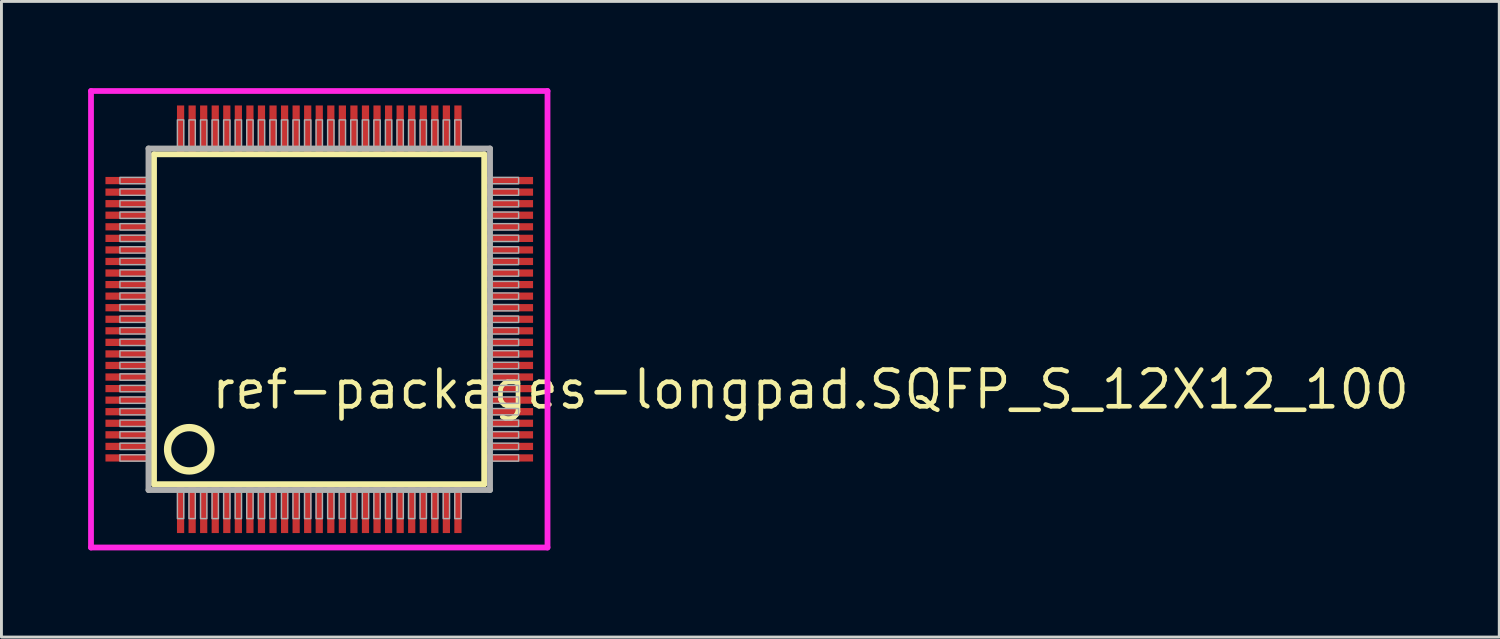
<source format=kicad_pcb>
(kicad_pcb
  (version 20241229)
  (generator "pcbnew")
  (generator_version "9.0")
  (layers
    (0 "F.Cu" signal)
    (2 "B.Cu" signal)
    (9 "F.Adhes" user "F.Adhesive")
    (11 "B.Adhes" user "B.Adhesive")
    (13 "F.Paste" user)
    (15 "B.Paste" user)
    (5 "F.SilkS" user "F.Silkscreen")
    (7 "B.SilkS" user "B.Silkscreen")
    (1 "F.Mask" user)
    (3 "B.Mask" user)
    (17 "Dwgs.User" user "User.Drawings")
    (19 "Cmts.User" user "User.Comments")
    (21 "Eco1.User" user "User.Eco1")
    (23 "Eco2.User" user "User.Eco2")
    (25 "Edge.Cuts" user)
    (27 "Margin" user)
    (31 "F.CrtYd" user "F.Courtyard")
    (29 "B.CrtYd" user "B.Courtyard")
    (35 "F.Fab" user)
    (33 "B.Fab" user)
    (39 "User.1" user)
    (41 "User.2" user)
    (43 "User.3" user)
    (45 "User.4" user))
  (footprint "ref-packages-longpad.SQFP_S_12X12_100"
    (layer "F.Cu")
    (at 8 8)
    (property "Reference" "ref-packages-longpad.SQFP_S_12X12_100" (at -3.81 3.175 0) (layer "F.SilkS") (effects (font (size 1.27 1.27) (thickness 0.16)) (justify left bottom)))
    (attr smd)
    (fp_line (start -5.72 -5.71) (end 5.71 -5.71) (stroke (width 0.203) (type default)) (layer "F.SilkS"))
    (fp_line (start -5.72 5.71) (end -5.72 -5.71) (stroke (width 0.203) (type default)) (layer "F.SilkS"))
    (fp_line (start 5.71 -5.71) (end 5.71 5.71) (stroke (width 0.203) (type default)) (layer "F.SilkS"))
    (fp_line (start 5.71 5.71) (end -5.72 5.71) (stroke (width 0.203) (type default)) (layer "F.SilkS"))
    (fp_circle (center -4.5 4.5) (end -3.75 4.5) (stroke (width 0.254) (type default)) (fill no) (layer "F.SilkS"))
    (fp_line (start -7.9 -7.9) (end 7.9 -7.9) (stroke (width 0.2) (type default)) (layer "F.CrtYd"))
    (fp_line (start -7.9 7.9) (end -7.9 -7.9) (stroke (width 0.2) (type default)) (layer "F.CrtYd"))
    (fp_line (start 7.9 -7.9) (end 7.9 7.9) (stroke (width 0.2) (type default)) (layer "F.CrtYd"))
    (fp_line (start 7.9 7.9) (end -7.9 7.9) (stroke (width 0.2) (type default)) (layer "F.CrtYd"))
    (fp_line (start -5.91 -5.91) (end -5.91 5.91) (stroke (width 0.203) (type default)) (layer "F.Fab"))
    (fp_line (start -5.91 5.91) (end 5.91 5.91) (stroke (width 0.203) (type default)) (layer "F.Fab"))
    (fp_line (start 5.91 -5.91) (end -5.91 -5.91) (stroke (width 0.203) (type default)) (layer "F.Fab"))
    (fp_line (start 5.91 5.91) (end 5.91 -5.91) (stroke (width 0.203) (type default)) (layer "F.Fab"))
    (fp_rect (start -6.9 -4.69) (end -5.95 -4.91) (stroke (width 0.05) (type default)) (fill no) (layer "F.Fab"))
    (fp_rect (start -6.9 -4.29) (end -5.95 -4.51) (stroke (width 0.05) (type default)) (fill no) (layer "F.Fab"))
    (fp_rect (start -6.9 -3.89) (end -5.95 -4.11) (stroke (width 0.05) (type default)) (fill no) (layer "F.Fab"))
    (fp_rect (start -6.9 -3.49) (end -5.95 -3.71) (stroke (width 0.05) (type default)) (fill no) (layer "F.Fab"))
    (fp_rect (start -6.9 -3.09) (end -5.95 -3.31) (stroke (width 0.05) (type default)) (fill no) (layer "F.Fab"))
    (fp_rect (start -6.9 -2.69) (end -5.95 -2.91) (stroke (width 0.05) (type default)) (fill no) (layer "F.Fab"))
    (fp_rect (start -6.9 -2.29) (end -5.95 -2.51) (stroke (width 0.05) (type default)) (fill no) (layer "F.Fab"))
    (fp_rect (start -6.9 -1.89) (end -5.95 -2.11) (stroke (width 0.05) (type default)) (fill no) (layer "F.Fab"))
    (fp_rect (start -6.9 -1.49) (end -5.95 -1.71) (stroke (width 0.05) (type default)) (fill no) (layer "F.Fab"))
    (fp_rect (start -6.9 -1.09) (end -5.95 -1.31) (stroke (width 0.05) (type default)) (fill no) (layer "F.Fab"))
    (fp_rect (start -6.9 -0.69) (end -5.95 -0.91) (stroke (width 0.05) (type default)) (fill no) (layer "F.Fab"))
    (fp_rect (start -6.9 -0.29) (end -5.95 -0.51) (stroke (width 0.05) (type default)) (fill no) (layer "F.Fab"))
    (fp_rect (start -6.9 0.11) (end -5.95 -0.11) (stroke (width 0.05) (type default)) (fill no) (layer "F.Fab"))
    (fp_rect (start -6.9 0.51) (end -5.95 0.29) (stroke (width 0.05) (type default)) (fill no) (layer "F.Fab"))
    (fp_rect (start -6.9 0.91) (end -5.95 0.69) (stroke (width 0.05) (type default)) (fill no) (layer "F.Fab"))
    (fp_rect (start -6.9 1.31) (end -5.95 1.09) (stroke (width 0.05) (type default)) (fill no) (layer "F.Fab"))
    (fp_rect (start -6.9 1.71) (end -5.95 1.49) (stroke (width 0.05) (type default)) (fill no) (layer "F.Fab"))
    (fp_rect (start -6.9 2.11) (end -5.95 1.89) (stroke (width 0.05) (type default)) (fill no) (layer "F.Fab"))
    (fp_rect (start -6.9 2.51) (end -5.95 2.29) (stroke (width 0.05) (type default)) (fill no) (layer "F.Fab"))
    (fp_rect (start -6.9 2.91) (end -5.95 2.69) (stroke (width 0.05) (type default)) (fill no) (layer "F.Fab"))
    (fp_rect (start -6.9 3.31) (end -5.95 3.09) (stroke (width 0.05) (type default)) (fill no) (layer "F.Fab"))
    (fp_rect (start -6.9 3.71) (end -5.95 3.49) (stroke (width 0.05) (type default)) (fill no) (layer "F.Fab"))
    (fp_rect (start -6.9 4.11) (end -5.95 3.89) (stroke (width 0.05) (type default)) (fill no) (layer "F.Fab"))
    (fp_rect (start -6.9 4.51) (end -5.95 4.29) (stroke (width 0.05) (type default)) (fill no) (layer "F.Fab"))
    (fp_rect (start -6.9 4.91) (end -5.95 4.69) (stroke (width 0.05) (type default)) (fill no) (layer "F.Fab"))
    (fp_rect (start -4.91 -5.95) (end -4.69 -6.9) (stroke (width 0.05) (type default)) (fill no) (layer "F.Fab"))
    (fp_rect (start -4.91 6.9) (end -4.69 5.95) (stroke (width 0.05) (type default)) (fill no) (layer "F.Fab"))
    (fp_rect (start -4.51 -5.95) (end -4.29 -6.9) (stroke (width 0.05) (type default)) (fill no) (layer "F.Fab"))
    (fp_rect (start -4.51 6.9) (end -4.29 5.95) (stroke (width 0.05) (type default)) (fill no) (layer "F.Fab"))
    (fp_rect (start -4.11 -5.95) (end -3.89 -6.9) (stroke (width 0.05) (type default)) (fill no) (layer "F.Fab"))
    (fp_rect (start -4.11 6.9) (end -3.89 5.95) (stroke (width 0.05) (type default)) (fill no) (layer "F.Fab"))
    (fp_rect (start -3.71 -5.95) (end -3.49 -6.9) (stroke (width 0.05) (type default)) (fill no) (layer "F.Fab"))
    (fp_rect (start -3.71 6.9) (end -3.49 5.95) (stroke (width 0.05) (type default)) (fill no) (layer "F.Fab"))
    (fp_rect (start -3.31 -5.95) (end -3.09 -6.9) (stroke (width 0.05) (type default)) (fill no) (layer "F.Fab"))
    (fp_rect (start -3.31 6.9) (end -3.09 5.95) (stroke (width 0.05) (type default)) (fill no) (layer "F.Fab"))
    (fp_rect (start -2.91 -5.95) (end -2.69 -6.9) (stroke (width 0.05) (type default)) (fill no) (layer "F.Fab"))
    (fp_rect (start -2.91 6.9) (end -2.69 5.95) (stroke (width 0.05) (type default)) (fill no) (layer "F.Fab"))
    (fp_rect (start -2.51 -5.95) (end -2.29 -6.9) (stroke (width 0.05) (type default)) (fill no) (layer "F.Fab"))
    (fp_rect (start -2.51 6.9) (end -2.29 5.95) (stroke (width 0.05) (type default)) (fill no) (layer "F.Fab"))
    (fp_rect (start -2.11 -5.95) (end -1.89 -6.9) (stroke (width 0.05) (type default)) (fill no) (layer "F.Fab"))
    (fp_rect (start -2.11 6.9) (end -1.89 5.95) (stroke (width 0.05) (type default)) (fill no) (layer "F.Fab"))
    (fp_rect (start -1.71 -5.95) (end -1.49 -6.9) (stroke (width 0.05) (type default)) (fill no) (layer "F.Fab"))
    (fp_rect (start -1.71 6.9) (end -1.49 5.95) (stroke (width 0.05) (type default)) (fill no) (layer "F.Fab"))
    (fp_rect (start -1.31 -5.95) (end -1.09 -6.9) (stroke (width 0.05) (type default)) (fill no) (layer "F.Fab"))
    (fp_rect (start -1.31 6.9) (end -1.09 5.95) (stroke (width 0.05) (type default)) (fill no) (layer "F.Fab"))
    (fp_rect (start -0.91 -5.95) (end -0.69 -6.9) (stroke (width 0.05) (type default)) (fill no) (layer "F.Fab"))
    (fp_rect (start -0.91 6.9) (end -0.69 5.95) (stroke (width 0.05) (type default)) (fill no) (layer "F.Fab"))
    (fp_rect (start -0.51 -5.95) (end -0.29 -6.9) (stroke (width 0.05) (type default)) (fill no) (layer "F.Fab"))
    (fp_rect (start -0.51 6.9) (end -0.29 5.95) (stroke (width 0.05) (type default)) (fill no) (layer "F.Fab"))
    (fp_rect (start -0.11 -5.95) (end 0.11 -6.9) (stroke (width 0.05) (type default)) (fill no) (layer "F.Fab"))
    (fp_rect (start -0.11 6.9) (end 0.11 5.95) (stroke (width 0.05) (type default)) (fill no) (layer "F.Fab"))
    (fp_rect (start 0.29 -5.95) (end 0.51 -6.9) (stroke (width 0.05) (type default)) (fill no) (layer "F.Fab"))
    (fp_rect (start 0.29 6.9) (end 0.51 5.95) (stroke (width 0.05) (type default)) (fill no) (layer "F.Fab"))
    (fp_rect (start 0.69 -5.95) (end 0.91 -6.9) (stroke (width 0.05) (type default)) (fill no) (layer "F.Fab"))
    (fp_rect (start 0.69 6.9) (end 0.91 5.95) (stroke (width 0.05) (type default)) (fill no) (layer "F.Fab"))
    (fp_rect (start 1.09 -5.95) (end 1.31 -6.9) (stroke (width 0.05) (type default)) (fill no) (layer "F.Fab"))
    (fp_rect (start 1.09 6.9) (end 1.31 5.95) (stroke (width 0.05) (type default)) (fill no) (layer "F.Fab"))
    (fp_rect (start 1.49 -5.95) (end 1.71 -6.9) (stroke (width 0.05) (type default)) (fill no) (layer "F.Fab"))
    (fp_rect (start 1.49 6.9) (end 1.71 5.95) (stroke (width 0.05) (type default)) (fill no) (layer "F.Fab"))
    (fp_rect (start 1.89 -5.95) (end 2.11 -6.9) (stroke (width 0.05) (type default)) (fill no) (layer "F.Fab"))
    (fp_rect (start 1.89 6.9) (end 2.11 5.95) (stroke (width 0.05) (type default)) (fill no) (layer "F.Fab"))
    (fp_rect (start 2.29 -5.95) (end 2.51 -6.9) (stroke (width 0.05) (type default)) (fill no) (layer "F.Fab"))
    (fp_rect (start 2.29 6.9) (end 2.51 5.95) (stroke (width 0.05) (type default)) (fill no) (layer "F.Fab"))
    (fp_rect (start 2.69 -5.95) (end 2.91 -6.9) (stroke (width 0.05) (type default)) (fill no) (layer "F.Fab"))
    (fp_rect (start 2.69 6.9) (end 2.91 5.95) (stroke (width 0.05) (type default)) (fill no) (layer "F.Fab"))
    (fp_rect (start 3.09 -5.95) (end 3.31 -6.9) (stroke (width 0.05) (type default)) (fill no) (layer "F.Fab"))
    (fp_rect (start 3.09 6.9) (end 3.31 5.95) (stroke (width 0.05) (type default)) (fill no) (layer "F.Fab"))
    (fp_rect (start 3.49 -5.95) (end 3.71 -6.9) (stroke (width 0.05) (type default)) (fill no) (layer "F.Fab"))
    (fp_rect (start 3.49 6.9) (end 3.71 5.95) (stroke (width 0.05) (type default)) (fill no) (layer "F.Fab"))
    (fp_rect (start 3.89 -5.95) (end 4.11 -6.9) (stroke (width 0.05) (type default)) (fill no) (layer "F.Fab"))
    (fp_rect (start 3.89 6.9) (end 4.11 5.95) (stroke (width 0.05) (type default)) (fill no) (layer "F.Fab"))
    (fp_rect (start 4.29 -5.95) (end 4.51 -6.9) (stroke (width 0.05) (type default)) (fill no) (layer "F.Fab"))
    (fp_rect (start 4.29 6.9) (end 4.51 5.95) (stroke (width 0.05) (type default)) (fill no) (layer "F.Fab"))
    (fp_rect (start 4.69 -5.95) (end 4.91 -6.9) (stroke (width 0.05) (type default)) (fill no) (layer "F.Fab"))
    (fp_rect (start 4.69 6.9) (end 4.91 5.95) (stroke (width 0.05) (type default)) (fill no) (layer "F.Fab"))
    (fp_rect (start 5.95 -4.69) (end 6.9 -4.91) (stroke (width 0.05) (type default)) (fill no) (layer "F.Fab"))
    (fp_rect (start 5.95 -4.29) (end 6.9 -4.51) (stroke (width 0.05) (type default)) (fill no) (layer "F.Fab"))
    (fp_rect (start 5.95 -3.89) (end 6.9 -4.11) (stroke (width 0.05) (type default)) (fill no) (layer "F.Fab"))
    (fp_rect (start 5.95 -3.49) (end 6.9 -3.71) (stroke (width 0.05) (type default)) (fill no) (layer "F.Fab"))
    (fp_rect (start 5.95 -3.09) (end 6.9 -3.31) (stroke (width 0.05) (type default)) (fill no) (layer "F.Fab"))
    (fp_rect (start 5.95 -2.69) (end 6.9 -2.91) (stroke (width 0.05) (type default)) (fill no) (layer "F.Fab"))
    (fp_rect (start 5.95 -2.29) (end 6.9 -2.51) (stroke (width 0.05) (type default)) (fill no) (layer "F.Fab"))
    (fp_rect (start 5.95 -1.89) (end 6.9 -2.11) (stroke (width 0.05) (type default)) (fill no) (layer "F.Fab"))
    (fp_rect (start 5.95 -1.49) (end 6.9 -1.71) (stroke (width 0.05) (type default)) (fill no) (layer "F.Fab"))
    (fp_rect (start 5.95 -1.09) (end 6.9 -1.31) (stroke (width 0.05) (type default)) (fill no) (layer "F.Fab"))
    (fp_rect (start 5.95 -0.69) (end 6.9 -0.91) (stroke (width 0.05) (type default)) (fill no) (layer "F.Fab"))
    (fp_rect (start 5.95 -0.29) (end 6.9 -0.51) (stroke (width 0.05) (type default)) (fill no) (layer "F.Fab"))
    (fp_rect (start 5.95 0.11) (end 6.9 -0.11) (stroke (width 0.05) (type default)) (fill no) (layer "F.Fab"))
    (fp_rect (start 5.95 0.51) (end 6.9 0.29) (stroke (width 0.05) (type default)) (fill no) (layer "F.Fab"))
    (fp_rect (start 5.95 0.91) (end 6.9 0.69) (stroke (width 0.05) (type default)) (fill no) (layer "F.Fab"))
    (fp_rect (start 5.95 1.31) (end 6.9 1.09) (stroke (width 0.05) (type default)) (fill no) (layer "F.Fab"))
    (fp_rect (start 5.95 1.71) (end 6.9 1.49) (stroke (width 0.05) (type default)) (fill no) (layer "F.Fab"))
    (fp_rect (start 5.95 2.11) (end 6.9 1.89) (stroke (width 0.05) (type default)) (fill no) (layer "F.Fab"))
    (fp_rect (start 5.95 2.51) (end 6.9 2.29) (stroke (width 0.05) (type default)) (fill no) (layer "F.Fab"))
    (fp_rect (start 5.95 2.91) (end 6.9 2.69) (stroke (width 0.05) (type default)) (fill no) (layer "F.Fab"))
    (fp_rect (start 5.95 3.31) (end 6.9 3.09) (stroke (width 0.05) (type default)) (fill no) (layer "F.Fab"))
    (fp_rect (start 5.95 3.71) (end 6.9 3.49) (stroke (width 0.05) (type default)) (fill no) (layer "F.Fab"))
    (fp_rect (start 5.95 4.11) (end 6.9 3.89) (stroke (width 0.05) (type default)) (fill no) (layer "F.Fab"))
    (fp_rect (start 5.95 4.51) (end 6.9 4.29) (stroke (width 0.05) (type default)) (fill no) (layer "F.Fab"))
    (fp_rect (start 5.95 4.91) (end 6.9 4.69) (stroke (width 0.05) (type default)) (fill no) (layer "F.Fab"))
    (pad "1" smd roundrect (at -4.8 6.6) (size 0.25 1.6) (layers "F.Cu" "F.Mask" "F.Paste") (roundrect_rratio 0.01))
    (pad "2" smd roundrect (at -4.4 6.6) (size 0.25 1.6) (layers "F.Cu" "F.Mask" "F.Paste") (roundrect_rratio 0.01))
    (pad "3" smd roundrect (at -4 6.6) (size 0.25 1.6) (layers "F.Cu" "F.Mask" "F.Paste") (roundrect_rratio 0.01))
    (pad "4" smd roundrect (at -3.6 6.6) (size 0.25 1.6) (layers "F.Cu" "F.Mask" "F.Paste") (roundrect_rratio 0.01))
    (pad "5" smd roundrect (at -3.2 6.6) (size 0.25 1.6) (layers "F.Cu" "F.Mask" "F.Paste") (roundrect_rratio 0.01))
    (pad "6" smd roundrect (at -2.8 6.6) (size 0.25 1.6) (layers "F.Cu" "F.Mask" "F.Paste") (roundrect_rratio 0.01))
    (pad "7" smd roundrect (at -2.4 6.6) (size 0.25 1.6) (layers "F.Cu" "F.Mask" "F.Paste") (roundrect_rratio 0.01))
    (pad "8" smd roundrect (at -2 6.6) (size 0.25 1.6) (layers "F.Cu" "F.Mask" "F.Paste") (roundrect_rratio 0.01))
    (pad "9" smd roundrect (at -1.6 6.6) (size 0.25 1.6) (layers "F.Cu" "F.Mask" "F.Paste") (roundrect_rratio 0.01))
    (pad "10" smd roundrect (at -1.2 6.6) (size 0.25 1.6) (layers "F.Cu" "F.Mask" "F.Paste") (roundrect_rratio 0.01))
    (pad "11" smd roundrect (at -0.8 6.6) (size 0.25 1.6) (layers "F.Cu" "F.Mask" "F.Paste") (roundrect_rratio 0.01))
    (pad "12" smd roundrect (at -0.4 6.6) (size 0.25 1.6) (layers "F.Cu" "F.Mask" "F.Paste") (roundrect_rratio 0.01))
    (pad "13" smd roundrect (at 0 6.6) (size 0.25 1.6) (layers "F.Cu" "F.Mask" "F.Paste") (roundrect_rratio 0.01))
    (pad "14" smd roundrect (at 0.4 6.6) (size 0.25 1.6) (layers "F.Cu" "F.Mask" "F.Paste") (roundrect_rratio 0.01))
    (pad "15" smd roundrect (at 0.8 6.6) (size 0.25 1.6) (layers "F.Cu" "F.Mask" "F.Paste") (roundrect_rratio 0.01))
    (pad "16" smd roundrect (at 1.2 6.6) (size 0.25 1.6) (layers "F.Cu" "F.Mask" "F.Paste") (roundrect_rratio 0.01))
    (pad "17" smd roundrect (at 1.6 6.6) (size 0.25 1.6) (layers "F.Cu" "F.Mask" "F.Paste") (roundrect_rratio 0.01))
    (pad "18" smd roundrect (at 2 6.6) (size 0.25 1.6) (layers "F.Cu" "F.Mask" "F.Paste") (roundrect_rratio 0.01))
    (pad "19" smd roundrect (at 2.4 6.6) (size 0.25 1.6) (layers "F.Cu" "F.Mask" "F.Paste") (roundrect_rratio 0.01))
    (pad "20" smd roundrect (at 2.8 6.6) (size 0.25 1.6) (layers "F.Cu" "F.Mask" "F.Paste") (roundrect_rratio 0.01))
    (pad "21" smd roundrect (at 3.2 6.6) (size 0.25 1.6) (layers "F.Cu" "F.Mask" "F.Paste") (roundrect_rratio 0.01))
    (pad "22" smd roundrect (at 3.6 6.6) (size 0.25 1.6) (layers "F.Cu" "F.Mask" "F.Paste") (roundrect_rratio 0.01))
    (pad "23" smd roundrect (at 4 6.6) (size 0.25 1.6) (layers "F.Cu" "F.Mask" "F.Paste") (roundrect_rratio 0.01))
    (pad "24" smd roundrect (at 4.4 6.6) (size 0.25 1.6) (layers "F.Cu" "F.Mask" "F.Paste") (roundrect_rratio 0.01))
    (pad "25" smd roundrect (at 4.8 6.6) (size 0.25 1.6) (layers "F.Cu" "F.Mask" "F.Paste") (roundrect_rratio 0.01))
    (pad "26" smd roundrect (at 6.6 4.8) (size 1.6 0.25) (layers "F.Cu" "F.Mask" "F.Paste") (roundrect_rratio 0.01))
    (pad "27" smd roundrect (at 6.6 4.4) (size 1.6 0.25) (layers "F.Cu" "F.Mask" "F.Paste") (roundrect_rratio 0.01))
    (pad "28" smd roundrect (at 6.6 4) (size 1.6 0.25) (layers "F.Cu" "F.Mask" "F.Paste") (roundrect_rratio 0.01))
    (pad "29" smd roundrect (at 6.6 3.6) (size 1.6 0.25) (layers "F.Cu" "F.Mask" "F.Paste") (roundrect_rratio 0.01))
    (pad "30" smd roundrect (at 6.6 3.2) (size 1.6 0.25) (layers "F.Cu" "F.Mask" "F.Paste") (roundrect_rratio 0.01))
    (pad "31" smd roundrect (at 6.6 2.8) (size 1.6 0.25) (layers "F.Cu" "F.Mask" "F.Paste") (roundrect_rratio 0.01))
    (pad "32" smd roundrect (at 6.6 2.4) (size 1.6 0.25) (layers "F.Cu" "F.Mask" "F.Paste") (roundrect_rratio 0.01))
    (pad "33" smd roundrect (at 6.6 2) (size 1.6 0.25) (layers "F.Cu" "F.Mask" "F.Paste") (roundrect_rratio 0.01))
    (pad "34" smd roundrect (at 6.6 1.6) (size 1.6 0.25) (layers "F.Cu" "F.Mask" "F.Paste") (roundrect_rratio 0.01))
    (pad "35" smd roundrect (at 6.6 1.2) (size 1.6 0.25) (layers "F.Cu" "F.Mask" "F.Paste") (roundrect_rratio 0.01))
    (pad "36" smd roundrect (at 6.6 0.8) (size 1.6 0.25) (layers "F.Cu" "F.Mask" "F.Paste") (roundrect_rratio 0.01))
    (pad "37" smd roundrect (at 6.6 0.4) (size 1.6 0.25) (layers "F.Cu" "F.Mask" "F.Paste") (roundrect_rratio 0.01))
    (pad "38" smd roundrect (at 6.6 0) (size 1.6 0.25) (layers "F.Cu" "F.Mask" "F.Paste") (roundrect_rratio 0.01))
    (pad "39" smd roundrect (at 6.6 -0.4) (size 1.6 0.25) (layers "F.Cu" "F.Mask" "F.Paste") (roundrect_rratio 0.01))
    (pad "40" smd roundrect (at 6.6 -0.8) (size 1.6 0.25) (layers "F.Cu" "F.Mask" "F.Paste") (roundrect_rratio 0.01))
    (pad "41" smd roundrect (at 6.6 -1.2) (size 1.6 0.25) (layers "F.Cu" "F.Mask" "F.Paste") (roundrect_rratio 0.01))
    (pad "42" smd roundrect (at 6.6 -1.6) (size 1.6 0.25) (layers "F.Cu" "F.Mask" "F.Paste") (roundrect_rratio 0.01))
    (pad "43" smd roundrect (at 6.6 -2) (size 1.6 0.25) (layers "F.Cu" "F.Mask" "F.Paste") (roundrect_rratio 0.01))
    (pad "44" smd roundrect (at 6.6 -2.4) (size 1.6 0.25) (layers "F.Cu" "F.Mask" "F.Paste") (roundrect_rratio 0.01))
    (pad "45" smd roundrect (at 6.6 -2.8) (size 1.6 0.25) (layers "F.Cu" "F.Mask" "F.Paste") (roundrect_rratio 0.01))
    (pad "46" smd roundrect (at 6.6 -3.2) (size 1.6 0.25) (layers "F.Cu" "F.Mask" "F.Paste") (roundrect_rratio 0.01))
    (pad "47" smd roundrect (at 6.6 -3.6) (size 1.6 0.25) (layers "F.Cu" "F.Mask" "F.Paste") (roundrect_rratio 0.01))
    (pad "48" smd roundrect (at 6.6 -4) (size 1.6 0.25) (layers "F.Cu" "F.Mask" "F.Paste") (roundrect_rratio 0.01))
    (pad "49" smd roundrect (at 6.6 -4.4) (size 1.6 0.25) (layers "F.Cu" "F.Mask" "F.Paste") (roundrect_rratio 0.01))
    (pad "50" smd roundrect (at 6.6 -4.8) (size 1.6 0.25) (layers "F.Cu" "F.Mask" "F.Paste") (roundrect_rratio 0.01))
    (pad "51" smd roundrect (at 4.8 -6.6) (size 0.25 1.6) (layers "F.Cu" "F.Mask" "F.Paste") (roundrect_rratio 0.01))
    (pad "52" smd roundrect (at 4.4 -6.6) (size 0.25 1.6) (layers "F.Cu" "F.Mask" "F.Paste") (roundrect_rratio 0.01))
    (pad "53" smd roundrect (at 4 -6.6) (size 0.25 1.6) (layers "F.Cu" "F.Mask" "F.Paste") (roundrect_rratio 0.01))
    (pad "54" smd roundrect (at 3.6 -6.6) (size 0.25 1.6) (layers "F.Cu" "F.Mask" "F.Paste") (roundrect_rratio 0.01))
    (pad "55" smd roundrect (at 3.2 -6.6) (size 0.25 1.6) (layers "F.Cu" "F.Mask" "F.Paste") (roundrect_rratio 0.01))
    (pad "56" smd roundrect (at 2.8 -6.6) (size 0.25 1.6) (layers "F.Cu" "F.Mask" "F.Paste") (roundrect_rratio 0.01))
    (pad "57" smd roundrect (at 2.4 -6.6) (size 0.25 1.6) (layers "F.Cu" "F.Mask" "F.Paste") (roundrect_rratio 0.01))
    (pad "58" smd roundrect (at 2 -6.6) (size 0.25 1.6) (layers "F.Cu" "F.Mask" "F.Paste") (roundrect_rratio 0.01))
    (pad "59" smd roundrect (at 1.6 -6.6) (size 0.25 1.6) (layers "F.Cu" "F.Mask" "F.Paste") (roundrect_rratio 0.01))
    (pad "60" smd roundrect (at 1.2 -6.6) (size 0.25 1.6) (layers "F.Cu" "F.Mask" "F.Paste") (roundrect_rratio 0.01))
    (pad "61" smd roundrect (at 0.8 -6.6) (size 0.25 1.6) (layers "F.Cu" "F.Mask" "F.Paste") (roundrect_rratio 0.01))
    (pad "62" smd roundrect (at 0.4 -6.6) (size 0.25 1.6) (layers "F.Cu" "F.Mask" "F.Paste") (roundrect_rratio 0.01))
    (pad "63" smd roundrect (at 0 -6.6) (size 0.25 1.6) (layers "F.Cu" "F.Mask" "F.Paste") (roundrect_rratio 0.01))
    (pad "64" smd roundrect (at -0.4 -6.6) (size 0.25 1.6) (layers "F.Cu" "F.Mask" "F.Paste") (roundrect_rratio 0.01))
    (pad "65" smd roundrect (at -0.8 -6.6) (size 0.25 1.6) (layers "F.Cu" "F.Mask" "F.Paste") (roundrect_rratio 0.01))
    (pad "66" smd roundrect (at -1.2 -6.6) (size 0.25 1.6) (layers "F.Cu" "F.Mask" "F.Paste") (roundrect_rratio 0.01))
    (pad "67" smd roundrect (at -1.6 -6.6) (size 0.25 1.6) (layers "F.Cu" "F.Mask" "F.Paste") (roundrect_rratio 0.01))
    (pad "68" smd roundrect (at -2 -6.6) (size 0.25 1.6) (layers "F.Cu" "F.Mask" "F.Paste") (roundrect_rratio 0.01))
    (pad "69" smd roundrect (at -2.4 -6.6) (size 0.25 1.6) (layers "F.Cu" "F.Mask" "F.Paste") (roundrect_rratio 0.01))
    (pad "70" smd roundrect (at -2.8 -6.6) (size 0.25 1.6) (layers "F.Cu" "F.Mask" "F.Paste") (roundrect_rratio 0.01))
    (pad "71" smd roundrect (at -3.2 -6.6) (size 0.25 1.6) (layers "F.Cu" "F.Mask" "F.Paste") (roundrect_rratio 0.01))
    (pad "72" smd roundrect (at -3.6 -6.6) (size 0.25 1.6) (layers "F.Cu" "F.Mask" "F.Paste") (roundrect_rratio 0.01))
    (pad "73" smd roundrect (at -4 -6.6) (size 0.25 1.6) (layers "F.Cu" "F.Mask" "F.Paste") (roundrect_rratio 0.01))
    (pad "74" smd roundrect (at -4.4 -6.6) (size 0.25 1.6) (layers "F.Cu" "F.Mask" "F.Paste") (roundrect_rratio 0.01))
    (pad "75" smd roundrect (at -4.8 -6.6) (size 0.25 1.6) (layers "F.Cu" "F.Mask" "F.Paste") (roundrect_rratio 0.01))
    (pad "76" smd roundrect (at -6.6 -4.8) (size 1.6 0.25) (layers "F.Cu" "F.Mask" "F.Paste") (roundrect_rratio 0.01))
    (pad "77" smd roundrect (at -6.6 -4.4) (size 1.6 0.25) (layers "F.Cu" "F.Mask" "F.Paste") (roundrect_rratio 0.01))
    (pad "78" smd roundrect (at -6.6 -4) (size 1.6 0.25) (layers "F.Cu" "F.Mask" "F.Paste") (roundrect_rratio 0.01))
    (pad "79" smd roundrect (at -6.6 -3.6) (size 1.6 0.25) (layers "F.Cu" "F.Mask" "F.Paste") (roundrect_rratio 0.01))
    (pad "80" smd roundrect (at -6.6 -3.2) (size 1.6 0.25) (layers "F.Cu" "F.Mask" "F.Paste") (roundrect_rratio 0.01))
    (pad "81" smd roundrect (at -6.6 -2.8) (size 1.6 0.25) (layers "F.Cu" "F.Mask" "F.Paste") (roundrect_rratio 0.01))
    (pad "82" smd roundrect (at -6.6 -2.4) (size 1.6 0.25) (layers "F.Cu" "F.Mask" "F.Paste") (roundrect_rratio 0.01))
    (pad "83" smd roundrect (at -6.6 -2) (size 1.6 0.25) (layers "F.Cu" "F.Mask" "F.Paste") (roundrect_rratio 0.01))
    (pad "84" smd roundrect (at -6.6 -1.6) (size 1.6 0.25) (layers "F.Cu" "F.Mask" "F.Paste") (roundrect_rratio 0.01))
    (pad "85" smd roundrect (at -6.6 -1.2) (size 1.6 0.25) (layers "F.Cu" "F.Mask" "F.Paste") (roundrect_rratio 0.01))
    (pad "86" smd roundrect (at -6.6 -0.8) (size 1.6 0.25) (layers "F.Cu" "F.Mask" "F.Paste") (roundrect_rratio 0.01))
    (pad "87" smd roundrect (at -6.6 -0.4) (size 1.6 0.25) (layers "F.Cu" "F.Mask" "F.Paste") (roundrect_rratio 0.01))
    (pad "88" smd roundrect (at -6.6 0) (size 1.6 0.25) (layers "F.Cu" "F.Mask" "F.Paste") (roundrect_rratio 0.01))
    (pad "89" smd roundrect (at -6.6 0.4) (size 1.6 0.25) (layers "F.Cu" "F.Mask" "F.Paste") (roundrect_rratio 0.01))
    (pad "90" smd roundrect (at -6.6 0.8) (size 1.6 0.25) (layers "F.Cu" "F.Mask" "F.Paste") (roundrect_rratio 0.01))
    (pad "91" smd roundrect (at -6.6 1.2) (size 1.6 0.25) (layers "F.Cu" "F.Mask" "F.Paste") (roundrect_rratio 0.01))
    (pad "92" smd roundrect (at -6.6 1.6) (size 1.6 0.25) (layers "F.Cu" "F.Mask" "F.Paste") (roundrect_rratio 0.01))
    (pad "93" smd roundrect (at -6.6 2) (size 1.6 0.25) (layers "F.Cu" "F.Mask" "F.Paste") (roundrect_rratio 0.01))
    (pad "94" smd roundrect (at -6.6 2.4) (size 1.6 0.25) (layers "F.Cu" "F.Mask" "F.Paste") (roundrect_rratio 0.01))
    (pad "95" smd roundrect (at -6.6 2.8) (size 1.6 0.25) (layers "F.Cu" "F.Mask" "F.Paste") (roundrect_rratio 0.01))
    (pad "96" smd roundrect (at -6.6 3.2) (size 1.6 0.25) (layers "F.Cu" "F.Mask" "F.Paste") (roundrect_rratio 0.01))
    (pad "97" smd roundrect (at -6.6 3.6) (size 1.6 0.25) (layers "F.Cu" "F.Mask" "F.Paste") (roundrect_rratio 0.01))
    (pad "98" smd roundrect (at -6.6 4) (size 1.6 0.25) (layers "F.Cu" "F.Mask" "F.Paste") (roundrect_rratio 0.01))
    (pad "99" smd roundrect (at -6.6 4.4) (size 1.6 0.25) (layers "F.Cu" "F.Mask" "F.Paste") (roundrect_rratio 0.01))
    (pad "100" smd roundrect (at -6.6 4.8) (size 1.6 0.25) (layers "F.Cu" "F.Mask" "F.Paste") (roundrect_rratio 0.01)))
  (gr_rect
    (start -3 -3)
    (end 48.842 19)
    (stroke (width 0.1) (type default))
    (fill no)
    (layer "Edge.Cuts")))
</source>
